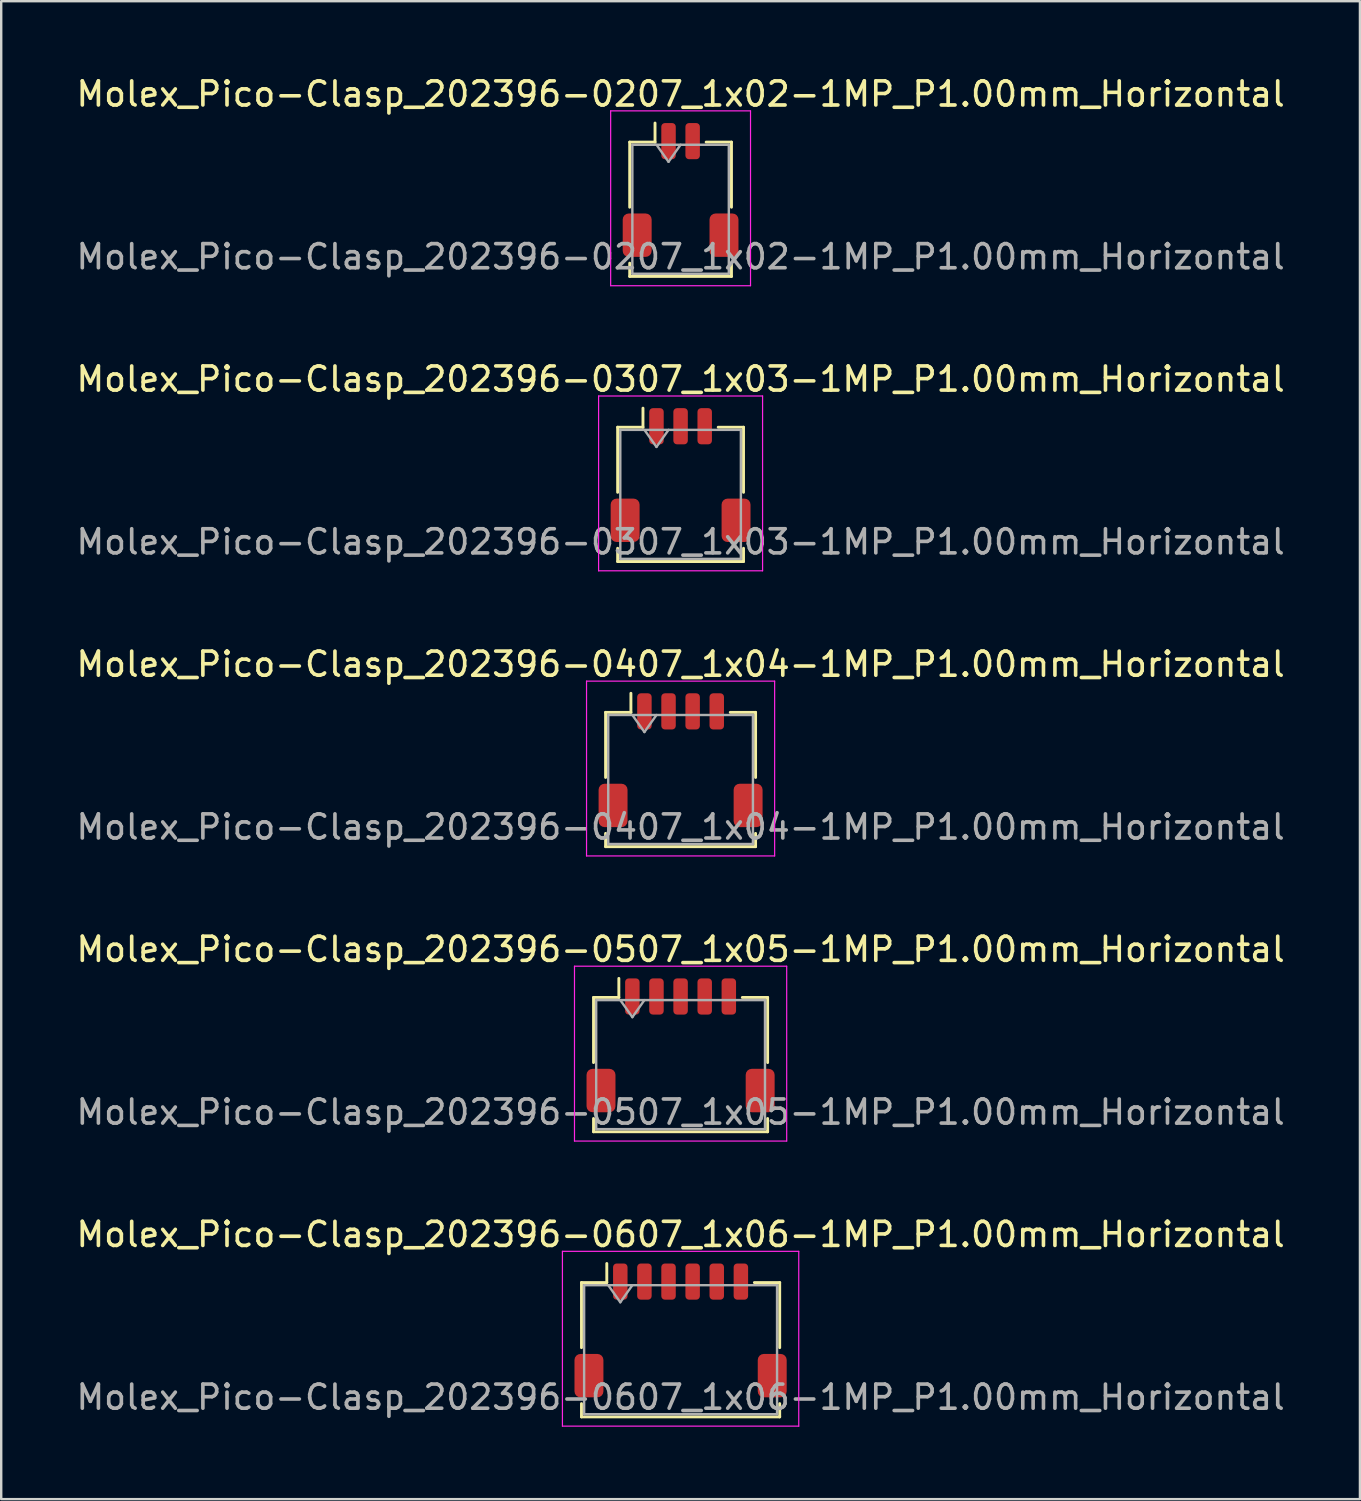
<source format=kicad_pcb>
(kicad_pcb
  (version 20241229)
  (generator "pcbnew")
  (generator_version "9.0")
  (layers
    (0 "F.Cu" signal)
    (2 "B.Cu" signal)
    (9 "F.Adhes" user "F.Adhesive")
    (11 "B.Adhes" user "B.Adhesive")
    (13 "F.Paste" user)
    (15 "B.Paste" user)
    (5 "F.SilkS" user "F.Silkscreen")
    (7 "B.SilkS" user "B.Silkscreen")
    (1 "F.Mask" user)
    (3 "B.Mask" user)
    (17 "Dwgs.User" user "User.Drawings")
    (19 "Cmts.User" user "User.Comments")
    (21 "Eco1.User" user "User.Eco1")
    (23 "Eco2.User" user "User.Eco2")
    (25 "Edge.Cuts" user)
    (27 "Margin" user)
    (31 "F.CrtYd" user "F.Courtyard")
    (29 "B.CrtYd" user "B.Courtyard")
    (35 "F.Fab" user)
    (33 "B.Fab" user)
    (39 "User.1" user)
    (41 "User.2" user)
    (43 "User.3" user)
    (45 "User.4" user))
  (footprint "Molex_Pico-Clasp_202396-0307_1x03-1MP_P1.00mm_Horizontal"
    (layer "F.Cu")
    (at 25.173 16.651)
    (property "Reference" "Molex_Pico-Clasp_202396-0307_1x03-1MP_P1.00mm_Horizontal" (at 0 -3.98 0) (layer "F.SilkS") (effects (font (size 1 1) (thickness 0.15))))
    (attr smd)
    (fp_line (start -2.61 -1.985) (end -1.56 -1.985) (stroke (width 0.12) (type solid)) (layer "F.SilkS"))
    (fp_line (start -2.61 0.715) (end -2.61 -1.985) (stroke (width 0.12) (type solid)) (layer "F.SilkS"))
    (fp_line (start -2.61 3.035) (end -2.61 3.585) (stroke (width 0.12) (type solid)) (layer "F.SilkS"))
    (fp_line (start -2.61 3.585) (end 2.61 3.585) (stroke (width 0.12) (type solid)) (layer "F.SilkS"))
    (fp_line (start -1.56 -1.985) (end -1.56 -2.775) (stroke (width 0.12) (type solid)) (layer "F.SilkS"))
    (fp_line (start 2.61 -1.985) (end 1.56 -1.985) (stroke (width 0.12) (type solid)) (layer "F.SilkS"))
    (fp_line (start 2.61 0.715) (end 2.61 -1.985) (stroke (width 0.12) (type solid)) (layer "F.SilkS"))
    (fp_line (start 2.61 3.585) (end 2.61 3.035) (stroke (width 0.12) (type solid)) (layer "F.SilkS"))
    (fp_line (start -3.4 -3.28) (end -3.4 3.97) (stroke (width 0.05) (type solid)) (layer "F.CrtYd"))
    (fp_line (start -3.4 3.97) (end 3.4 3.97) (stroke (width 0.05) (type solid)) (layer "F.CrtYd"))
    (fp_line (start 3.4 -3.28) (end -3.4 -3.28) (stroke (width 0.05) (type solid)) (layer "F.CrtYd"))
    (fp_line (start 3.4 3.97) (end 3.4 -3.28) (stroke (width 0.05) (type solid)) (layer "F.CrtYd"))
    (fp_line (start -2.5 -1.875) (end -2.5 3.475) (stroke (width 0.1) (type solid)) (layer "F.Fab"))
    (fp_line (start -2.5 -1.875) (end 2.5 -1.875) (stroke (width 0.1) (type solid)) (layer "F.Fab"))
    (fp_line (start -2.5 3.475) (end 2.5 3.475) (stroke (width 0.1) (type solid)) (layer "F.Fab"))
    (fp_line (start -1.5 -1.875) (end -1 -1.168) (stroke (width 0.1) (type solid)) (layer "F.Fab"))
    (fp_line (start -1 -1.168) (end -0.5 -1.875) (stroke (width 0.1) (type solid)) (layer "F.Fab"))
    (fp_line (start 2.5 -1.875) (end 2.5 3.475) (stroke (width 0.1) (type solid)) (layer "F.Fab"))
    (fp_text user "${REFERENCE}" (at 0 2.77 0) (layer "F.Fab") (effects (font (size 1 1) (thickness 0.15))))
    (pad "1" smd roundrect (at -1 -2.025) (size 0.6 1.5) (layers "F.Cu" "F.Mask" "F.Paste") (roundrect_rratio 0.25))
    (pad "2" smd roundrect (at 0 -2.025) (size 0.6 1.5) (layers "F.Cu" "F.Mask" "F.Paste") (roundrect_rratio 0.25))
    (pad "3" smd roundrect (at 1 -2.025) (size 0.6 1.5) (layers "F.Cu" "F.Mask" "F.Paste") (roundrect_rratio 0.25))
    (pad "MP" smd roundrect (at -2.3 1.875) (size 1.2 1.8) (layers "F.Cu" "F.Mask" "F.Paste") (roundrect_rratio 0.208))
    (pad "MP" smd roundrect (at 2.3 1.875) (size 1.2 1.8) (layers "F.Cu" "F.Mask" "F.Paste") (roundrect_rratio 0.208)))
  (footprint "Molex_Pico-Clasp_202396-0407_1x04-1MP_P1.00mm_Horizontal"
    (layer "F.Cu")
    (at 25.173 28.475)
    (property "Reference" "Molex_Pico-Clasp_202396-0407_1x04-1MP_P1.00mm_Horizontal" (at 0 -3.98 0) (layer "F.SilkS") (effects (font (size 1 1) (thickness 0.15))))
    (attr smd)
    (fp_line (start -3.11 -1.985) (end -2.06 -1.985) (stroke (width 0.12) (type solid)) (layer "F.SilkS"))
    (fp_line (start -3.11 0.715) (end -3.11 -1.985) (stroke (width 0.12) (type solid)) (layer "F.SilkS"))
    (fp_line (start -3.11 3.035) (end -3.11 3.585) (stroke (width 0.12) (type solid)) (layer "F.SilkS"))
    (fp_line (start -3.11 3.585) (end 3.11 3.585) (stroke (width 0.12) (type solid)) (layer "F.SilkS"))
    (fp_line (start -2.06 -1.985) (end -2.06 -2.775) (stroke (width 0.12) (type solid)) (layer "F.SilkS"))
    (fp_line (start 3.11 -1.985) (end 2.06 -1.985) (stroke (width 0.12) (type solid)) (layer "F.SilkS"))
    (fp_line (start 3.11 0.715) (end 3.11 -1.985) (stroke (width 0.12) (type solid)) (layer "F.SilkS"))
    (fp_line (start 3.11 3.585) (end 3.11 3.035) (stroke (width 0.12) (type solid)) (layer "F.SilkS"))
    (fp_line (start -3.9 -3.28) (end -3.9 3.97) (stroke (width 0.05) (type solid)) (layer "F.CrtYd"))
    (fp_line (start -3.9 3.97) (end 3.9 3.97) (stroke (width 0.05) (type solid)) (layer "F.CrtYd"))
    (fp_line (start 3.9 -3.28) (end -3.9 -3.28) (stroke (width 0.05) (type solid)) (layer "F.CrtYd"))
    (fp_line (start 3.9 3.97) (end 3.9 -3.28) (stroke (width 0.05) (type solid)) (layer "F.CrtYd"))
    (fp_line (start -3 -1.875) (end -3 3.475) (stroke (width 0.1) (type solid)) (layer "F.Fab"))
    (fp_line (start -3 -1.875) (end 3 -1.875) (stroke (width 0.1) (type solid)) (layer "F.Fab"))
    (fp_line (start -3 3.475) (end 3 3.475) (stroke (width 0.1) (type solid)) (layer "F.Fab"))
    (fp_line (start -2 -1.875) (end -1.5 -1.168) (stroke (width 0.1) (type solid)) (layer "F.Fab"))
    (fp_line (start -1.5 -1.168) (end -1 -1.875) (stroke (width 0.1) (type solid)) (layer "F.Fab"))
    (fp_line (start 3 -1.875) (end 3 3.475) (stroke (width 0.1) (type solid)) (layer "F.Fab"))
    (fp_text user "${REFERENCE}" (at 0 2.77 0) (layer "F.Fab") (effects (font (size 1 1) (thickness 0.15))))
    (pad "1" smd roundrect (at -1.5 -2.025) (size 0.6 1.5) (layers "F.Cu" "F.Mask" "F.Paste") (roundrect_rratio 0.25))
    (pad "2" smd roundrect (at -0.5 -2.025) (size 0.6 1.5) (layers "F.Cu" "F.Mask" "F.Paste") (roundrect_rratio 0.25))
    (pad "3" smd roundrect (at 0.5 -2.025) (size 0.6 1.5) (layers "F.Cu" "F.Mask" "F.Paste") (roundrect_rratio 0.25))
    (pad "4" smd roundrect (at 1.5 -2.025) (size 0.6 1.5) (layers "F.Cu" "F.Mask" "F.Paste") (roundrect_rratio 0.25))
    (pad "MP" smd roundrect (at -2.8 1.875) (size 1.2 1.8) (layers "F.Cu" "F.Mask" "F.Paste") (roundrect_rratio 0.208))
    (pad "MP" smd roundrect (at 2.8 1.875) (size 1.2 1.8) (layers "F.Cu" "F.Mask" "F.Paste") (roundrect_rratio 0.208)))
  (footprint "Molex_Pico-Clasp_202396-0507_1x05-1MP_P1.00mm_Horizontal"
    (layer "F.Cu")
    (at 25.173 40.298)
    (property "Reference" "Molex_Pico-Clasp_202396-0507_1x05-1MP_P1.00mm_Horizontal" (at 0 -3.98 0) (layer "F.SilkS") (effects (font (size 1 1) (thickness 0.15))))
    (attr smd)
    (fp_line (start -3.61 -1.985) (end -2.56 -1.985) (stroke (width 0.12) (type solid)) (layer "F.SilkS"))
    (fp_line (start -3.61 0.715) (end -3.61 -1.985) (stroke (width 0.12) (type solid)) (layer "F.SilkS"))
    (fp_line (start -3.61 3.035) (end -3.61 3.585) (stroke (width 0.12) (type solid)) (layer "F.SilkS"))
    (fp_line (start -3.61 3.585) (end 3.61 3.585) (stroke (width 0.12) (type solid)) (layer "F.SilkS"))
    (fp_line (start -2.56 -1.985) (end -2.56 -2.775) (stroke (width 0.12) (type solid)) (layer "F.SilkS"))
    (fp_line (start 3.61 -1.985) (end 2.56 -1.985) (stroke (width 0.12) (type solid)) (layer "F.SilkS"))
    (fp_line (start 3.61 0.715) (end 3.61 -1.985) (stroke (width 0.12) (type solid)) (layer "F.SilkS"))
    (fp_line (start 3.61 3.585) (end 3.61 3.035) (stroke (width 0.12) (type solid)) (layer "F.SilkS"))
    (fp_line (start -4.4 -3.28) (end -4.4 3.97) (stroke (width 0.05) (type solid)) (layer "F.CrtYd"))
    (fp_line (start -4.4 3.97) (end 4.4 3.97) (stroke (width 0.05) (type solid)) (layer "F.CrtYd"))
    (fp_line (start 4.4 -3.28) (end -4.4 -3.28) (stroke (width 0.05) (type solid)) (layer "F.CrtYd"))
    (fp_line (start 4.4 3.97) (end 4.4 -3.28) (stroke (width 0.05) (type solid)) (layer "F.CrtYd"))
    (fp_line (start -3.5 -1.875) (end -3.5 3.475) (stroke (width 0.1) (type solid)) (layer "F.Fab"))
    (fp_line (start -3.5 -1.875) (end 3.5 -1.875) (stroke (width 0.1) (type solid)) (layer "F.Fab"))
    (fp_line (start -3.5 3.475) (end 3.5 3.475) (stroke (width 0.1) (type solid)) (layer "F.Fab"))
    (fp_line (start -2.5 -1.875) (end -2 -1.168) (stroke (width 0.1) (type solid)) (layer "F.Fab"))
    (fp_line (start -2 -1.168) (end -1.5 -1.875) (stroke (width 0.1) (type solid)) (layer "F.Fab"))
    (fp_line (start 3.5 -1.875) (end 3.5 3.475) (stroke (width 0.1) (type solid)) (layer "F.Fab"))
    (fp_text user "${REFERENCE}" (at 0 2.77 0) (layer "F.Fab") (effects (font (size 1 1) (thickness 0.15))))
    (pad "1" smd roundrect (at -2 -2.025) (size 0.6 1.5) (layers "F.Cu" "F.Mask" "F.Paste") (roundrect_rratio 0.25))
    (pad "2" smd roundrect (at -1 -2.025) (size 0.6 1.5) (layers "F.Cu" "F.Mask" "F.Paste") (roundrect_rratio 0.25))
    (pad "3" smd roundrect (at 0 -2.025) (size 0.6 1.5) (layers "F.Cu" "F.Mask" "F.Paste") (roundrect_rratio 0.25))
    (pad "4" smd roundrect (at 1 -2.025) (size 0.6 1.5) (layers "F.Cu" "F.Mask" "F.Paste") (roundrect_rratio 0.25))
    (pad "5" smd roundrect (at 2 -2.025) (size 0.6 1.5) (layers "F.Cu" "F.Mask" "F.Paste") (roundrect_rratio 0.25))
    (pad "MP" smd roundrect (at -3.3 1.875) (size 1.2 1.8) (layers "F.Cu" "F.Mask" "F.Paste") (roundrect_rratio 0.208))
    (pad "MP" smd roundrect (at 3.3 1.875) (size 1.2 1.8) (layers "F.Cu" "F.Mask" "F.Paste") (roundrect_rratio 0.208)))
  (footprint "Molex_Pico-Clasp_202396-0207_1x02-1MP_P1.00mm_Horizontal"
    (layer "F.Cu")
    (at 25.173 4.828)
    (property "Reference" "Molex_Pico-Clasp_202396-0207_1x02-1MP_P1.00mm_Horizontal" (at 0 -3.98 0) (layer "F.SilkS") (effects (font (size 1 1) (thickness 0.15))))
    (attr smd)
    (fp_line (start -2.11 -1.985) (end -1.06 -1.985) (stroke (width 0.12) (type solid)) (layer "F.SilkS"))
    (fp_line (start -2.11 0.715) (end -2.11 -1.985) (stroke (width 0.12) (type solid)) (layer "F.SilkS"))
    (fp_line (start -2.11 3.035) (end -2.11 3.585) (stroke (width 0.12) (type solid)) (layer "F.SilkS"))
    (fp_line (start -2.11 3.585) (end 2.11 3.585) (stroke (width 0.12) (type solid)) (layer "F.SilkS"))
    (fp_line (start -1.06 -1.985) (end -1.06 -2.775) (stroke (width 0.12) (type solid)) (layer "F.SilkS"))
    (fp_line (start 2.11 -1.985) (end 1.06 -1.985) (stroke (width 0.12) (type solid)) (layer "F.SilkS"))
    (fp_line (start 2.11 0.715) (end 2.11 -1.985) (stroke (width 0.12) (type solid)) (layer "F.SilkS"))
    (fp_line (start 2.11 3.585) (end 2.11 3.035) (stroke (width 0.12) (type solid)) (layer "F.SilkS"))
    (fp_line (start -2.9 -3.28) (end -2.9 3.97) (stroke (width 0.05) (type solid)) (layer "F.CrtYd"))
    (fp_line (start -2.9 3.97) (end 2.9 3.97) (stroke (width 0.05) (type solid)) (layer "F.CrtYd"))
    (fp_line (start 2.9 -3.28) (end -2.9 -3.28) (stroke (width 0.05) (type solid)) (layer "F.CrtYd"))
    (fp_line (start 2.9 3.97) (end 2.9 -3.28) (stroke (width 0.05) (type solid)) (layer "F.CrtYd"))
    (fp_line (start -2 -1.875) (end -2 3.475) (stroke (width 0.1) (type solid)) (layer "F.Fab"))
    (fp_line (start -2 -1.875) (end 2 -1.875) (stroke (width 0.1) (type solid)) (layer "F.Fab"))
    (fp_line (start -2 3.475) (end 2 3.475) (stroke (width 0.1) (type solid)) (layer "F.Fab"))
    (fp_line (start -1 -1.875) (end -0.5 -1.168) (stroke (width 0.1) (type solid)) (layer "F.Fab"))
    (fp_line (start -0.5 -1.168) (end 0 -1.875) (stroke (width 0.1) (type solid)) (layer "F.Fab"))
    (fp_line (start 2 -1.875) (end 2 3.475) (stroke (width 0.1) (type solid)) (layer "F.Fab"))
    (fp_text user "${REFERENCE}" (at 0 2.77 0) (layer "F.Fab") (effects (font (size 1 1) (thickness 0.15))))
    (pad "1" smd roundrect (at -0.5 -2.025) (size 0.6 1.5) (layers "F.Cu" "F.Mask" "F.Paste") (roundrect_rratio 0.25))
    (pad "2" smd roundrect (at 0.5 -2.025) (size 0.6 1.5) (layers "F.Cu" "F.Mask" "F.Paste") (roundrect_rratio 0.25))
    (pad "MP" smd roundrect (at -1.8 1.875) (size 1.2 1.8) (layers "F.Cu" "F.Mask" "F.Paste") (roundrect_rratio 0.208))
    (pad "MP" smd roundrect (at 1.8 1.875) (size 1.2 1.8) (layers "F.Cu" "F.Mask" "F.Paste") (roundrect_rratio 0.208)))
  (footprint "Molex_Pico-Clasp_202396-0607_1x06-1MP_P1.00mm_Horizontal"
    (layer "F.Cu")
    (at 25.173 52.121)
    (property "Reference" "Molex_Pico-Clasp_202396-0607_1x06-1MP_P1.00mm_Horizontal" (at 0 -3.98 0) (layer "F.SilkS") (effects (font (size 1 1) (thickness 0.15))))
    (attr smd)
    (fp_line (start -4.11 -1.985) (end -3.06 -1.985) (stroke (width 0.12) (type solid)) (layer "F.SilkS"))
    (fp_line (start -4.11 0.715) (end -4.11 -1.985) (stroke (width 0.12) (type solid)) (layer "F.SilkS"))
    (fp_line (start -4.11 3.035) (end -4.11 3.585) (stroke (width 0.12) (type solid)) (layer "F.SilkS"))
    (fp_line (start -4.11 3.585) (end 4.11 3.585) (stroke (width 0.12) (type solid)) (layer "F.SilkS"))
    (fp_line (start -3.06 -1.985) (end -3.06 -2.775) (stroke (width 0.12) (type solid)) (layer "F.SilkS"))
    (fp_line (start 4.11 -1.985) (end 3.06 -1.985) (stroke (width 0.12) (type solid)) (layer "F.SilkS"))
    (fp_line (start 4.11 0.715) (end 4.11 -1.985) (stroke (width 0.12) (type solid)) (layer "F.SilkS"))
    (fp_line (start 4.11 3.585) (end 4.11 3.035) (stroke (width 0.12) (type solid)) (layer "F.SilkS"))
    (fp_line (start -4.9 -3.28) (end -4.9 3.97) (stroke (width 0.05) (type solid)) (layer "F.CrtYd"))
    (fp_line (start -4.9 3.97) (end 4.9 3.97) (stroke (width 0.05) (type solid)) (layer "F.CrtYd"))
    (fp_line (start 4.9 -3.28) (end -4.9 -3.28) (stroke (width 0.05) (type solid)) (layer "F.CrtYd"))
    (fp_line (start 4.9 3.97) (end 4.9 -3.28) (stroke (width 0.05) (type solid)) (layer "F.CrtYd"))
    (fp_line (start -4 -1.875) (end -4 3.475) (stroke (width 0.1) (type solid)) (layer "F.Fab"))
    (fp_line (start -4 -1.875) (end 4 -1.875) (stroke (width 0.1) (type solid)) (layer "F.Fab"))
    (fp_line (start -4 3.475) (end 4 3.475) (stroke (width 0.1) (type solid)) (layer "F.Fab"))
    (fp_line (start -3 -1.875) (end -2.5 -1.168) (stroke (width 0.1) (type solid)) (layer "F.Fab"))
    (fp_line (start -2.5 -1.168) (end -2 -1.875) (stroke (width 0.1) (type solid)) (layer "F.Fab"))
    (fp_line (start 4 -1.875) (end 4 3.475) (stroke (width 0.1) (type solid)) (layer "F.Fab"))
    (fp_text user "${REFERENCE}" (at 0 2.77 0) (layer "F.Fab") (effects (font (size 1 1) (thickness 0.15))))
    (pad "1" smd roundrect (at -2.5 -2.025) (size 0.6 1.5) (layers "F.Cu" "F.Mask" "F.Paste") (roundrect_rratio 0.25))
    (pad "2" smd roundrect (at -1.5 -2.025) (size 0.6 1.5) (layers "F.Cu" "F.Mask" "F.Paste") (roundrect_rratio 0.25))
    (pad "3" smd roundrect (at -0.5 -2.025) (size 0.6 1.5) (layers "F.Cu" "F.Mask" "F.Paste") (roundrect_rratio 0.25))
    (pad "4" smd roundrect (at 0.5 -2.025) (size 0.6 1.5) (layers "F.Cu" "F.Mask" "F.Paste") (roundrect_rratio 0.25))
    (pad "5" smd roundrect (at 1.5 -2.025) (size 0.6 1.5) (layers "F.Cu" "F.Mask" "F.Paste") (roundrect_rratio 0.25))
    (pad "6" smd roundrect (at 2.5 -2.025) (size 0.6 1.5) (layers "F.Cu" "F.Mask" "F.Paste") (roundrect_rratio 0.25))
    (pad "MP" smd roundrect (at -3.8 1.875) (size 1.2 1.8) (layers "F.Cu" "F.Mask" "F.Paste") (roundrect_rratio 0.208))
    (pad "MP" smd roundrect (at 3.8 1.875) (size 1.2 1.8) (layers "F.Cu" "F.Mask" "F.Paste") (roundrect_rratio 0.208)))
  (gr_rect
    (start -3 -3)
    (end 53.345 59.116)
    (stroke (width 0.1) (type default))
    (fill no)
    (layer "Edge.Cuts")))
</source>
